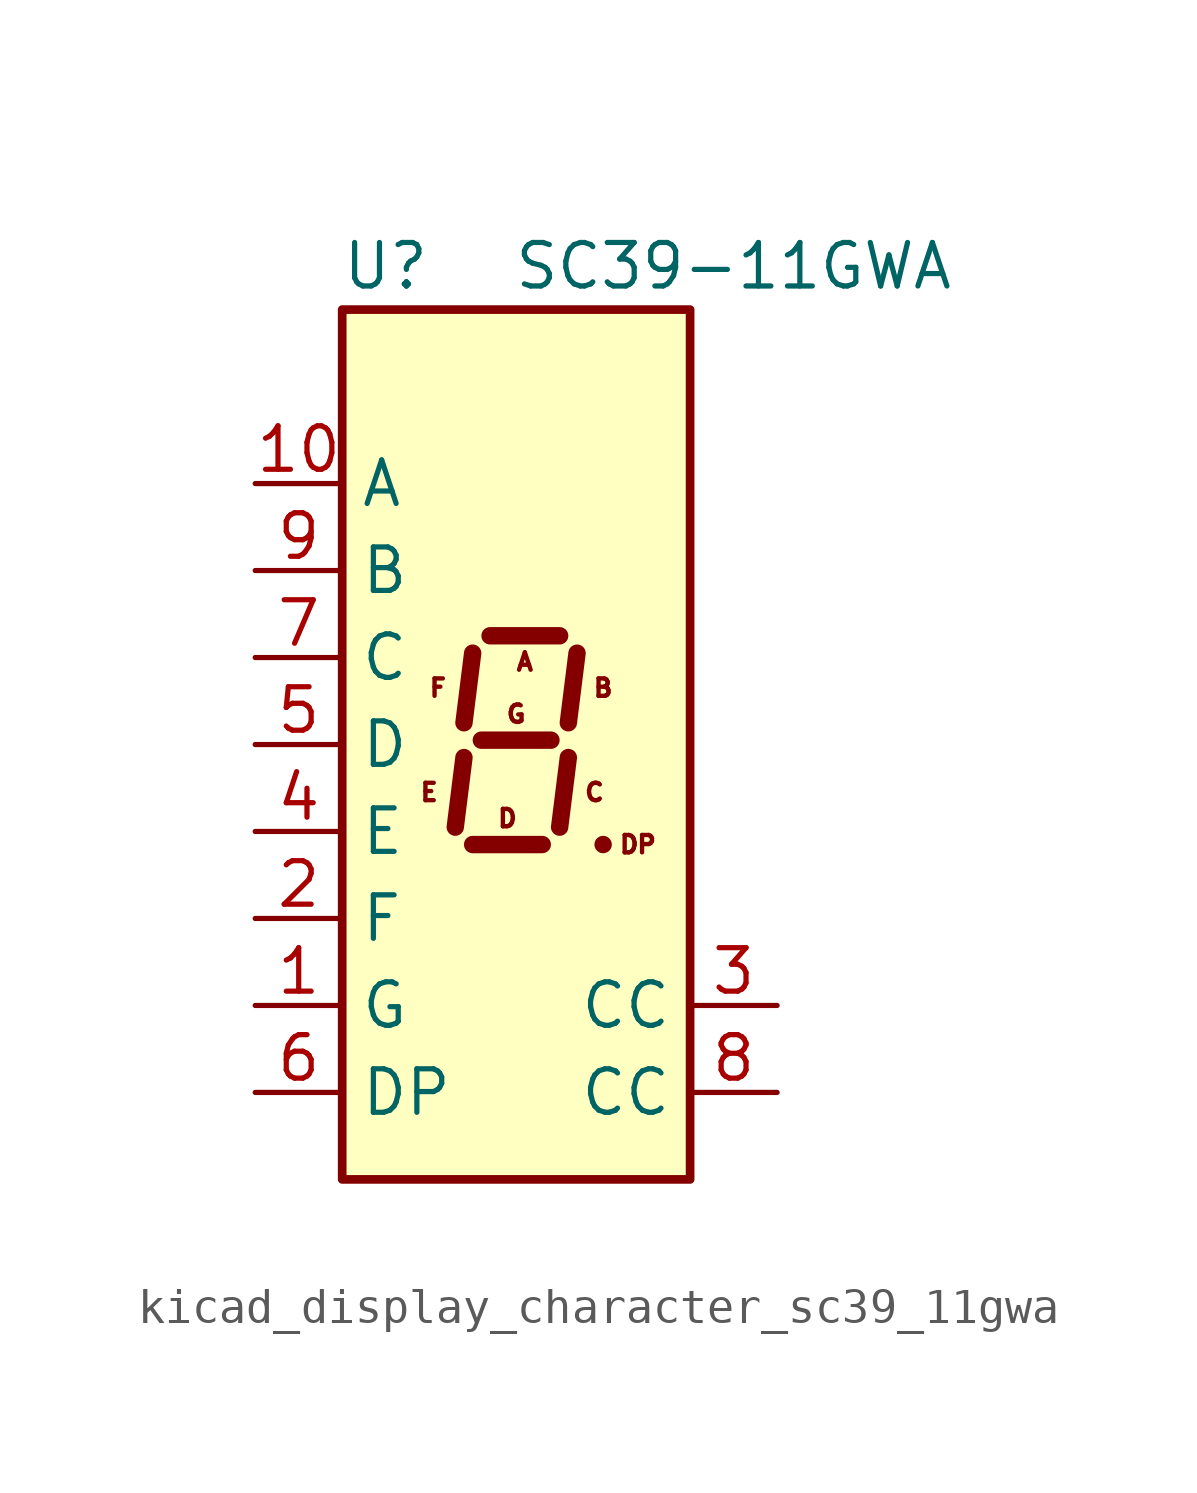
<source format=kicad_sym>
(kicad_symbol_lib
  (version 20220914)
  (generator kicad_symbol_editor)
  (symbol "kicad_display_character_sc39_11gwa"
    (property "Reference" "U"
      (at -3.81 13.97 0)
      (effects (font (size 1.27 1.27))))
    (property "Value" "SC39-11GWA"
      (at 6.35 13.97 0)
      (effects (font (size 1.27 1.27))))
    (symbol "kicad_display_character_sc39_11gwa_1_0"
      (text "A" (at 0.254 2.413 0) (effects (font (size 0.508 0.508))))
      (text "B" (at 2.54 1.651 0) (effects (font (size 0.508 0.508))))
      (text "C" (at 2.286 -1.397 0) (effects (font (size 0.508 0.508))))
      (text "D" (at -0.254 -2.159 0) (effects (font (size 0.508 0.508))))
      (text "DP" (at 3.556 -2.921 0) (effects (font (size 0.508 0.508))))
      (text "E" (at -2.54 -1.397 0) (effects (font (size 0.508 0.508))))
      (text "F" (at -2.286 1.651 0) (effects (font (size 0.508 0.508))))
      (text "G" (at 0 0.889 0) (effects (font (size 0.508 0.508)))))
    (symbol "kicad_display_character_sc39_11gwa_1_1"
      (rectangle (start -5.08 12.7) (end 5.08 -12.7) (stroke (width 0.254) (type default)) (fill (type background)))
      (polyline (pts (xy -1.524 -0.381) (xy -1.778 -2.413)) (stroke (width 0.508) (type default)) (fill (type none)))
      (polyline (pts (xy -1.27 -2.921) (xy 0.762 -2.921)) (stroke (width 0.508) (type default)) (fill (type none)))
      (polyline (pts (xy -1.27 2.667) (xy -1.524 0.635)) (stroke (width 0.508) (type default)) (fill (type none)))
      (polyline (pts (xy -1.016 0.127) (xy 1.016 0.127)) (stroke (width 0.508) (type default)) (fill (type none)))
      (polyline (pts (xy -0.762 3.175) (xy 1.27 3.175)) (stroke (width 0.508) (type default)) (fill (type none)))
      (polyline (pts (xy 1.524 -0.381) (xy 1.27 -2.413)) (stroke (width 0.508) (type default)) (fill (type none)))
      (polyline (pts (xy 1.778 2.667) (xy 1.524 0.635)) (stroke (width 0.508) (type default)) (fill (type none)))
      (polyline (pts (xy 2.54 -2.921) (xy 2.54 -2.921)) (stroke (width 0.508) (type default)) (fill (type none)))
      (pin input line (at -7.62 -7.62 0) (length 2.54) (name "G" (effects (font (size 1.27 1.27)))) (number "1" (effects (font (size 1.27 1.27)))))
      (pin input line (at -7.62 7.62 0) (length 2.54) (name "A" (effects (font (size 1.27 1.27)))) (number "10" (effects (font (size 1.27 1.27)))))
      (pin input line (at -7.62 -5.08 0) (length 2.54) (name "F" (effects (font (size 1.27 1.27)))) (number "2" (effects (font (size 1.27 1.27)))))
      (pin input line (at 7.62 -7.62 180) (length 2.54) (name "CC" (effects (font (size 1.27 1.27)))) (number "3" (effects (font (size 1.27 1.27)))))
      (pin input line (at -7.62 -2.54 0) (length 2.54) (name "E" (effects (font (size 1.27 1.27)))) (number "4" (effects (font (size 1.27 1.27)))))
      (pin input line (at -7.62 0 0) (length 2.54) (name "D" (effects (font (size 1.27 1.27)))) (number "5" (effects (font (size 1.27 1.27)))))
      (pin input line (at -7.62 -10.16 0) (length 2.54) (name "DP" (effects (font (size 1.27 1.27)))) (number "6" (effects (font (size 1.27 1.27)))))
      (pin input line (at -7.62 2.54 0) (length 2.54) (name "C" (effects (font (size 1.27 1.27)))) (number "7" (effects (font (size 1.27 1.27)))))
      (pin input line (at 7.62 -10.16 180) (length 2.54) (name "CC" (effects (font (size 1.27 1.27)))) (number "8" (effects (font (size 1.27 1.27)))))
      (pin input line (at -7.62 5.08 0) (length 2.54) (name "B" (effects (font (size 1.27 1.27)))) (number "9" (effects (font (size 1.27 1.27))))))))
</source>
